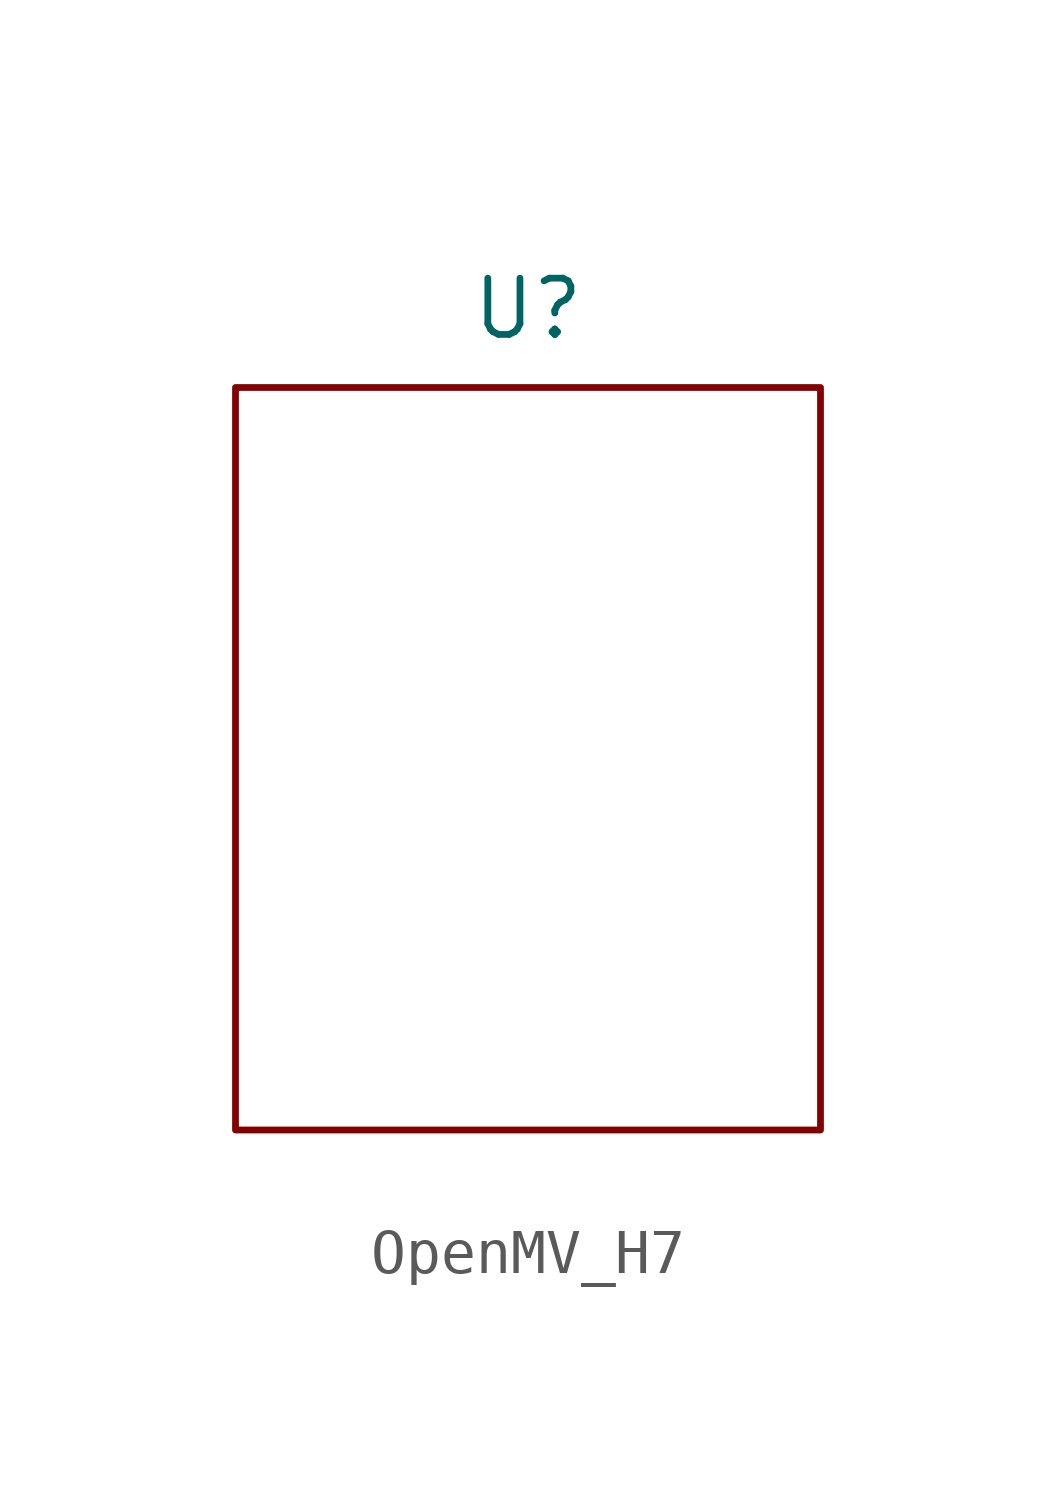
<source format=kicad_sym>
(kicad_symbol_lib
  (version 20220914)
  (generator kicad_symbol_editor)
  (symbol "OpenMV_H7"
    (property "Reference" "U"
      (at 0 0 0)
      (effects (font (size 1.27 1.27))))
    (property "Value" ""
      (at 0 0 0)
      (effects (font (size 1.27 1.27))))
    (symbol "OpenMV_H7_0_1"
      (rectangle (start -6.604 -1.778) (end 6.604 -18.542) (stroke (width 0) (type default)) (fill (type none))))))
</source>
